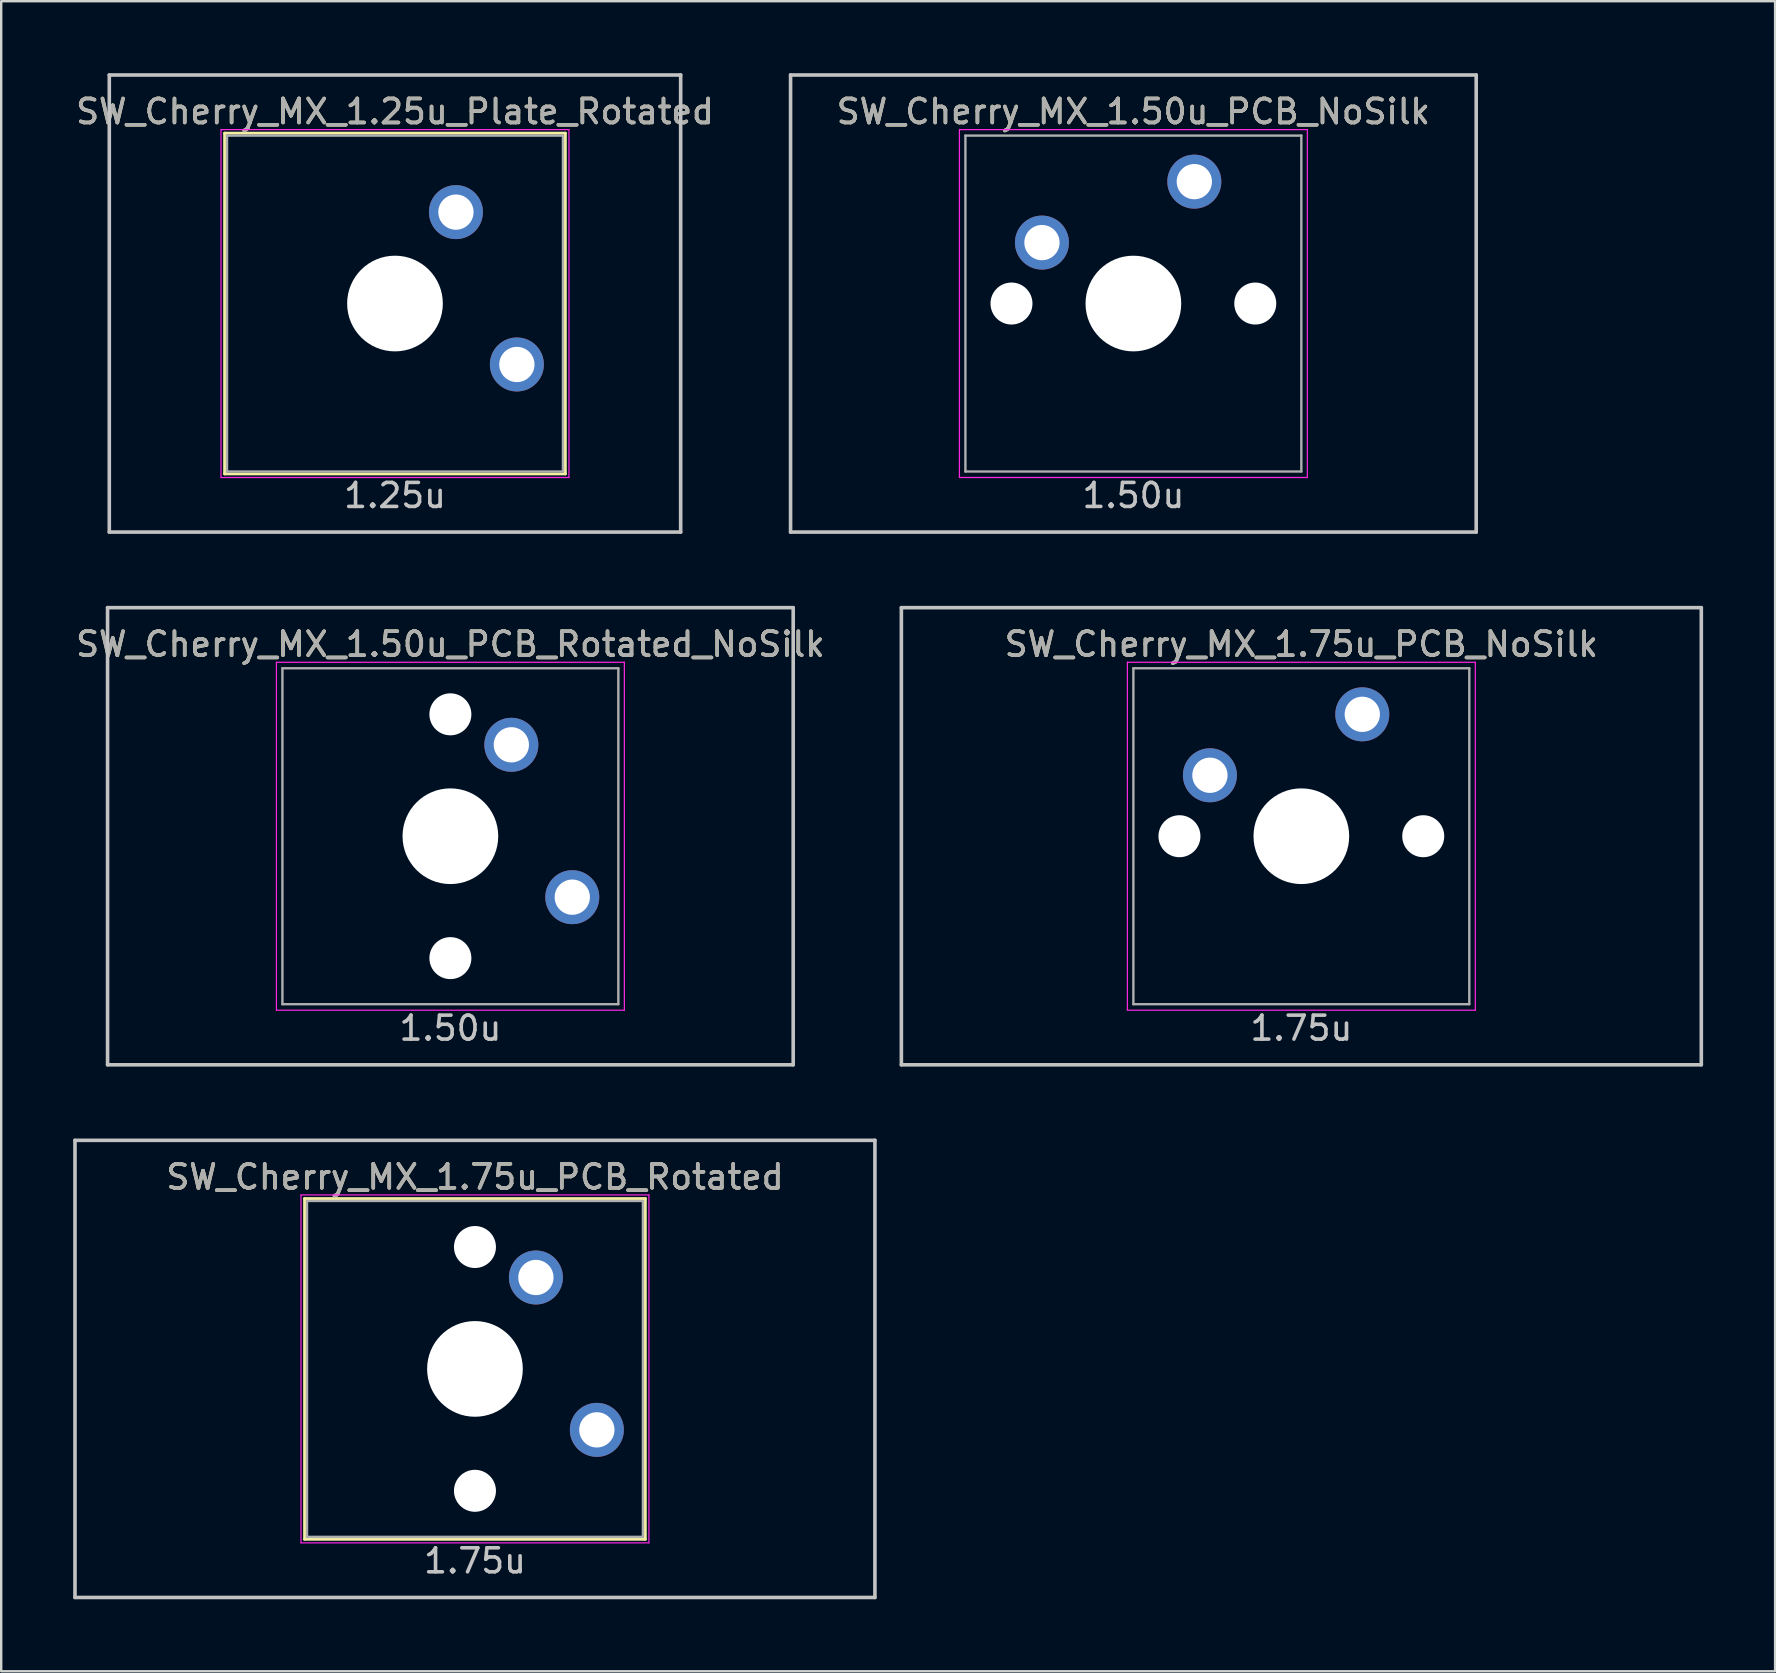
<source format=kicad_pcb>
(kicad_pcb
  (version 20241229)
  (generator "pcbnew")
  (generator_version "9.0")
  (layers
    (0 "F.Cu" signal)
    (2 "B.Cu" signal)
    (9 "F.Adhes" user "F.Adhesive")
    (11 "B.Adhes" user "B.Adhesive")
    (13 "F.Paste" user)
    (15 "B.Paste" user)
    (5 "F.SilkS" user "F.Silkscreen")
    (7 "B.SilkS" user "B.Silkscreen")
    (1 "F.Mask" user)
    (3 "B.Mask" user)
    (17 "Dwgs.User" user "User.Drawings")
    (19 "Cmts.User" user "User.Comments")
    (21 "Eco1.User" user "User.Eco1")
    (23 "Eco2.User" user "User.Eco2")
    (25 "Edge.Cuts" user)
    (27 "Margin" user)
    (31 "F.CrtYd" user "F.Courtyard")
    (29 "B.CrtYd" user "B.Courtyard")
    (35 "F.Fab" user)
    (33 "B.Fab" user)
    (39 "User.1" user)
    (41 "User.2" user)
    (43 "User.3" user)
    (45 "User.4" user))
  (footprint "SW_Cherry_MX_1.50u_PCB_Rotated_NoSilk"
    (layer "F.Cu")
    (at 15.72 31.8)
    (property "Reference" "SW_Cherry_MX_1.50u_PCB_Rotated_NoSilk" (at 0 -8 0) (layer "F.SilkS") (effects (font (size 1 1) (thickness 0.15))))
    (attr through_hole)
    (fp_line (start -14.287 -9.525) (end -14.287 9.525) (stroke (width 0.15) (type solid)) (layer "Dwgs.User"))
    (fp_line (start -14.287 -9.525) (end 14.287 -9.525) (stroke (width 0.15) (type solid)) (layer "Dwgs.User"))
    (fp_line (start -14.287 9.525) (end 14.287 9.525) (stroke (width 0.15) (type solid)) (layer "Dwgs.User"))
    (fp_line (start 14.287 -9.525) (end 14.287 9.525) (stroke (width 0.15) (type solid)) (layer "Dwgs.User"))
    (fp_line (start -7.25 -7.25) (end 7.25 -7.25) (stroke (width 0.05) (type solid)) (layer "F.CrtYd"))
    (fp_line (start -7.25 7.25) (end -7.25 -7.25) (stroke (width 0.05) (type solid)) (layer "F.CrtYd"))
    (fp_line (start 7.25 -7.25) (end 7.25 7.25) (stroke (width 0.05) (type solid)) (layer "F.CrtYd"))
    (fp_line (start 7.25 7.25) (end -7.25 7.25) (stroke (width 0.05) (type solid)) (layer "F.CrtYd"))
    (fp_line (start -7 -7) (end 7 -7) (stroke (width 0.1) (type solid)) (layer "F.Fab"))
    (fp_line (start -7 7) (end -7 -7) (stroke (width 0.1) (type solid)) (layer "F.Fab"))
    (fp_line (start 7 -7) (end 7 7) (stroke (width 0.1) (type solid)) (layer "F.Fab"))
    (fp_line (start 7 7) (end -7 7) (stroke (width 0.1) (type solid)) (layer "F.Fab"))
    (fp_text user "1.50u" (at 0 8 0) (layer "Dwgs.User") (effects (font (size 1 1) (thickness 0.15))))
    (fp_text user "${REFERENCE}" (at 0 -8 0) (layer "F.Fab") (effects (font (size 1 1) (thickness 0.15))))
    (pad "" np_thru_hole circle (at 0 -5.08 318.1) (size 1.75 1.75) (drill 1.75) (layers "*.Cu" "*.Mask"))
    (pad "" np_thru_hole circle (at 0 0 270) (size 3.988 3.988) (drill 3.988) (layers "*.Cu" "*.Mask"))
    (pad "" np_thru_hole circle (at 0 5.08 318.1) (size 1.75 1.75) (drill 1.75) (layers "*.Cu" "*.Mask"))
    (pad "1" thru_hole circle (at 2.54 -3.81 270) (size 2.25 2.25) (drill 1.47) (layers "*.Cu" "B.Mask"))
    (pad "2" thru_hole circle (at 5.08 2.54 270) (size 2.25 2.25) (drill 1.47) (layers "*.Cu" "B.Mask")))
  (footprint "SW_Cherry_MX_1.75u_PCB_NoSilk"
    (layer "F.Cu")
    (at 51.184 31.8)
    (property "Reference" "SW_Cherry_MX_1.75u_PCB_NoSilk" (at 0 -8 0) (layer "F.SilkS") (effects (font (size 1 1) (thickness 0.15))))
    (attr through_hole)
    (fp_line (start -16.669 -9.525) (end 16.669 -9.525) (stroke (width 0.15) (type solid)) (layer "Dwgs.User"))
    (fp_line (start -16.669 9.525) (end -16.669 -9.525) (stroke (width 0.15) (type solid)) (layer "Dwgs.User"))
    (fp_line (start -16.669 9.525) (end 16.669 9.525) (stroke (width 0.15) (type solid)) (layer "Dwgs.User"))
    (fp_line (start 16.669 -9.525) (end 16.669 9.525) (stroke (width 0.15) (type solid)) (layer "Dwgs.User"))
    (fp_line (start -7.25 -7.25) (end 7.25 -7.25) (stroke (width 0.05) (type solid)) (layer "F.CrtYd"))
    (fp_line (start -7.25 7.25) (end -7.25 -7.25) (stroke (width 0.05) (type solid)) (layer "F.CrtYd"))
    (fp_line (start 7.25 -7.25) (end 7.25 7.25) (stroke (width 0.05) (type solid)) (layer "F.CrtYd"))
    (fp_line (start 7.25 7.25) (end -7.25 7.25) (stroke (width 0.05) (type solid)) (layer "F.CrtYd"))
    (fp_line (start -7 -7) (end 7 -7) (stroke (width 0.1) (type solid)) (layer "F.Fab"))
    (fp_line (start -7 7) (end -7 -7) (stroke (width 0.1) (type solid)) (layer "F.Fab"))
    (fp_line (start 7 -7) (end 7 7) (stroke (width 0.1) (type solid)) (layer "F.Fab"))
    (fp_line (start 7 7) (end -7 7) (stroke (width 0.1) (type solid)) (layer "F.Fab"))
    (fp_text user "1.75u" (at 0 8 0) (layer "Dwgs.User") (effects (font (size 1 1) (thickness 0.15))))
    (fp_text user "${REFERENCE}" (at 0 -8 0) (layer "F.Fab") (effects (font (size 1 1) (thickness 0.15))))
    (pad "" np_thru_hole circle (at -5.08 0 48.1) (size 1.75 1.75) (drill 1.75) (layers "*.Cu" "*.Mask"))
    (pad "" np_thru_hole circle (at 0 0) (size 3.988 3.988) (drill 3.988) (layers "*.Cu" "*.Mask"))
    (pad "" np_thru_hole circle (at 5.08 0 48.1) (size 1.75 1.75) (drill 1.75) (layers "*.Cu" "*.Mask"))
    (pad "1" thru_hole circle (at -3.81 -2.54) (size 2.25 2.25) (drill 1.47) (layers "*.Cu" "B.Mask"))
    (pad "2" thru_hole circle (at 2.54 -5.08) (size 2.25 2.25) (drill 1.47) (layers "*.Cu" "B.Mask")))
  (footprint "SW_Cherry_MX_1.75u_PCB_Rotated"
    (layer "F.Cu")
    (at 16.744 54)
    (property "Reference" "SW_Cherry_MX_1.75u_PCB_Rotated" (at 0 -8 0) (layer "F.SilkS") (effects (font (size 1 1) (thickness 0.15))))
    (attr through_hole)
    (fp_line (start -7.1 -7.1) (end 7.1 -7.1) (stroke (width 0.12) (type solid)) (layer "F.SilkS"))
    (fp_line (start -7.1 7.1) (end -7.1 -7.1) (stroke (width 0.12) (type solid)) (layer "F.SilkS"))
    (fp_line (start 7.1 -7.1) (end 7.1 7.1) (stroke (width 0.12) (type solid)) (layer "F.SilkS"))
    (fp_line (start 7.1 7.1) (end -7.1 7.1) (stroke (width 0.12) (type solid)) (layer "F.SilkS"))
    (fp_line (start -16.669 9.525) (end -16.669 -9.525) (stroke (width 0.15) (type solid)) (layer "Dwgs.User"))
    (fp_line (start 16.669 -9.525) (end -16.669 -9.525) (stroke (width 0.15) (type solid)) (layer "Dwgs.User"))
    (fp_line (start 16.669 -9.525) (end 16.669 9.525) (stroke (width 0.15) (type solid)) (layer "Dwgs.User"))
    (fp_line (start 16.669 9.525) (end -16.669 9.525) (stroke (width 0.15) (type solid)) (layer "Dwgs.User"))
    (fp_line (start -7.25 -7.25) (end 7.25 -7.25) (stroke (width 0.05) (type solid)) (layer "F.CrtYd"))
    (fp_line (start -7.25 7.25) (end -7.25 -7.25) (stroke (width 0.05) (type solid)) (layer "F.CrtYd"))
    (fp_line (start 7.25 -7.25) (end 7.25 7.25) (stroke (width 0.05) (type solid)) (layer "F.CrtYd"))
    (fp_line (start 7.25 7.25) (end -7.25 7.25) (stroke (width 0.05) (type solid)) (layer "F.CrtYd"))
    (fp_line (start -7 -7) (end 7 -7) (stroke (width 0.1) (type solid)) (layer "F.Fab"))
    (fp_line (start -7 7) (end -7 -7) (stroke (width 0.1) (type solid)) (layer "F.Fab"))
    (fp_line (start 7 -7) (end 7 7) (stroke (width 0.1) (type solid)) (layer "F.Fab"))
    (fp_line (start 7 7) (end -7 7) (stroke (width 0.1) (type solid)) (layer "F.Fab"))
    (fp_text user "1.75u" (at 0 8 0) (layer "Dwgs.User") (effects (font (size 1 1) (thickness 0.15))))
    (fp_text user "${REFERENCE}" (at 0 -8 0) (layer "F.Fab") (effects (font (size 1 1) (thickness 0.15))))
    (pad "" np_thru_hole circle (at 0 -5.08 318.1) (size 1.75 1.75) (drill 1.75) (layers "*.Cu" "*.Mask"))
    (pad "" np_thru_hole circle (at 0 0 270) (size 3.988 3.988) (drill 3.988) (layers "*.Cu" "*.Mask"))
    (pad "" np_thru_hole circle (at 0 5.08 318.1) (size 1.75 1.75) (drill 1.75) (layers "*.Cu" "*.Mask"))
    (pad "1" thru_hole circle (at 2.54 -3.81 270) (size 2.25 2.25) (drill 1.47) (layers "*.Cu" "B.Mask"))
    (pad "2" thru_hole circle (at 5.08 2.54 270) (size 2.25 2.25) (drill 1.47) (layers "*.Cu" "B.Mask")))
  (footprint "SW_Cherry_MX_1.50u_PCB_NoSilk"
    (layer "F.Cu")
    (at 44.184 9.6)
    (property "Reference" "SW_Cherry_MX_1.50u_PCB_NoSilk" (at 0 -8 0) (layer "F.SilkS") (effects (font (size 1 1) (thickness 0.15))))
    (attr through_hole)
    (fp_line (start -14.287 -9.525) (end 14.287 -9.525) (stroke (width 0.15) (type solid)) (layer "Dwgs.User"))
    (fp_line (start -14.287 9.525) (end -14.287 -9.525) (stroke (width 0.15) (type solid)) (layer "Dwgs.User"))
    (fp_line (start -14.287 9.525) (end 14.287 9.525) (stroke (width 0.15) (type solid)) (layer "Dwgs.User"))
    (fp_line (start 14.287 -9.525) (end 14.287 9.525) (stroke (width 0.15) (type solid)) (layer "Dwgs.User"))
    (fp_line (start -7.25 -7.25) (end 7.25 -7.25) (stroke (width 0.05) (type solid)) (layer "F.CrtYd"))
    (fp_line (start -7.25 7.25) (end -7.25 -7.25) (stroke (width 0.05) (type solid)) (layer "F.CrtYd"))
    (fp_line (start 7.25 -7.25) (end 7.25 7.25) (stroke (width 0.05) (type solid)) (layer "F.CrtYd"))
    (fp_line (start 7.25 7.25) (end -7.25 7.25) (stroke (width 0.05) (type solid)) (layer "F.CrtYd"))
    (fp_line (start -7 -7) (end 7 -7) (stroke (width 0.1) (type solid)) (layer "F.Fab"))
    (fp_line (start -7 7) (end -7 -7) (stroke (width 0.1) (type solid)) (layer "F.Fab"))
    (fp_line (start 7 -7) (end 7 7) (stroke (width 0.1) (type solid)) (layer "F.Fab"))
    (fp_line (start 7 7) (end -7 7) (stroke (width 0.1) (type solid)) (layer "F.Fab"))
    (fp_text user "1.50u" (at 0 8 0) (layer "Dwgs.User") (effects (font (size 1 1) (thickness 0.15))))
    (fp_text user "${REFERENCE}" (at 0 -8 0) (layer "F.Fab") (effects (font (size 1 1) (thickness 0.15))))
    (pad "" np_thru_hole circle (at -5.08 0 48.1) (size 1.75 1.75) (drill 1.75) (layers "*.Cu" "*.Mask"))
    (pad "" np_thru_hole circle (at 0 0) (size 3.988 3.988) (drill 3.988) (layers "*.Cu" "*.Mask"))
    (pad "" np_thru_hole circle (at 5.08 0 48.1) (size 1.75 1.75) (drill 1.75) (layers "*.Cu" "*.Mask"))
    (pad "1" thru_hole circle (at -3.81 -2.54) (size 2.25 2.25) (drill 1.47) (layers "*.Cu" "B.Mask"))
    (pad "2" thru_hole circle (at 2.54 -5.08) (size 2.25 2.25) (drill 1.47) (layers "*.Cu" "B.Mask")))
  (footprint "SW_Cherry_MX_1.25u_Plate_Rotated"
    (layer "F.Cu")
    (at 13.411 9.6)
    (property "Reference" "SW_Cherry_MX_1.25u_Plate_Rotated" (at 0 -8 0) (layer "F.SilkS") (effects (font (size 1 1) (thickness 0.15))))
    (attr through_hole)
    (fp_line (start -7.1 -7.1) (end 7.1 -7.1) (stroke (width 0.12) (type solid)) (layer "F.SilkS"))
    (fp_line (start -7.1 7.1) (end -7.1 -7.1) (stroke (width 0.12) (type solid)) (layer "F.SilkS"))
    (fp_line (start 7.1 -7.1) (end 7.1 7.1) (stroke (width 0.12) (type solid)) (layer "F.SilkS"))
    (fp_line (start 7.1 7.1) (end -7.1 7.1) (stroke (width 0.12) (type solid)) (layer "F.SilkS"))
    (fp_line (start -11.906 -9.525) (end 11.906 -9.525) (stroke (width 0.15) (type solid)) (layer "Dwgs.User"))
    (fp_line (start -11.906 9.525) (end -11.906 -9.525) (stroke (width 0.15) (type solid)) (layer "Dwgs.User"))
    (fp_line (start -11.906 9.525) (end 11.906 9.525) (stroke (width 0.15) (type solid)) (layer "Dwgs.User"))
    (fp_line (start 11.906 -9.525) (end 11.906 9.525) (stroke (width 0.15) (type solid)) (layer "Dwgs.User"))
    (fp_line (start -7.25 -7.25) (end 7.25 -7.25) (stroke (width 0.05) (type solid)) (layer "F.CrtYd"))
    (fp_line (start -7.25 7.25) (end -7.25 -7.25) (stroke (width 0.05) (type solid)) (layer "F.CrtYd"))
    (fp_line (start 7.25 -7.25) (end 7.25 7.25) (stroke (width 0.05) (type solid)) (layer "F.CrtYd"))
    (fp_line (start 7.25 7.25) (end -7.25 7.25) (stroke (width 0.05) (type solid)) (layer "F.CrtYd"))
    (fp_line (start -7 -7) (end 7 -7) (stroke (width 0.1) (type solid)) (layer "F.Fab"))
    (fp_line (start -7 7) (end -7 -7) (stroke (width 0.1) (type solid)) (layer "F.Fab"))
    (fp_line (start 7 -7) (end 7 7) (stroke (width 0.1) (type solid)) (layer "F.Fab"))
    (fp_line (start 7 7) (end -7 7) (stroke (width 0.1) (type solid)) (layer "F.Fab"))
    (fp_text user "1.25u" (at 0 8 0) (layer "Dwgs.User") (effects (font (size 1 1) (thickness 0.15))))
    (fp_text user "${REFERENCE}" (at 0 -8 0) (layer "F.Fab") (effects (font (size 1 1) (thickness 0.15))))
    (pad "" np_thru_hole circle (at 0 0 270) (size 3.988 3.988) (drill 3.988) (layers "*.Cu" "*.Mask"))
    (pad "1" thru_hole circle (at 2.54 -3.81 270) (size 2.25 2.25) (drill 1.47) (layers "*.Cu" "B.Mask"))
    (pad "2" thru_hole circle (at 5.08 2.54 270) (size 2.25 2.25) (drill 1.47) (layers "*.Cu" "B.Mask")))
  (gr_rect
    (start -3 -3)
    (end 70.928 66.6)
    (stroke (width 0.1) (type default))
    (fill no)
    (layer "Edge.Cuts")))
</source>
